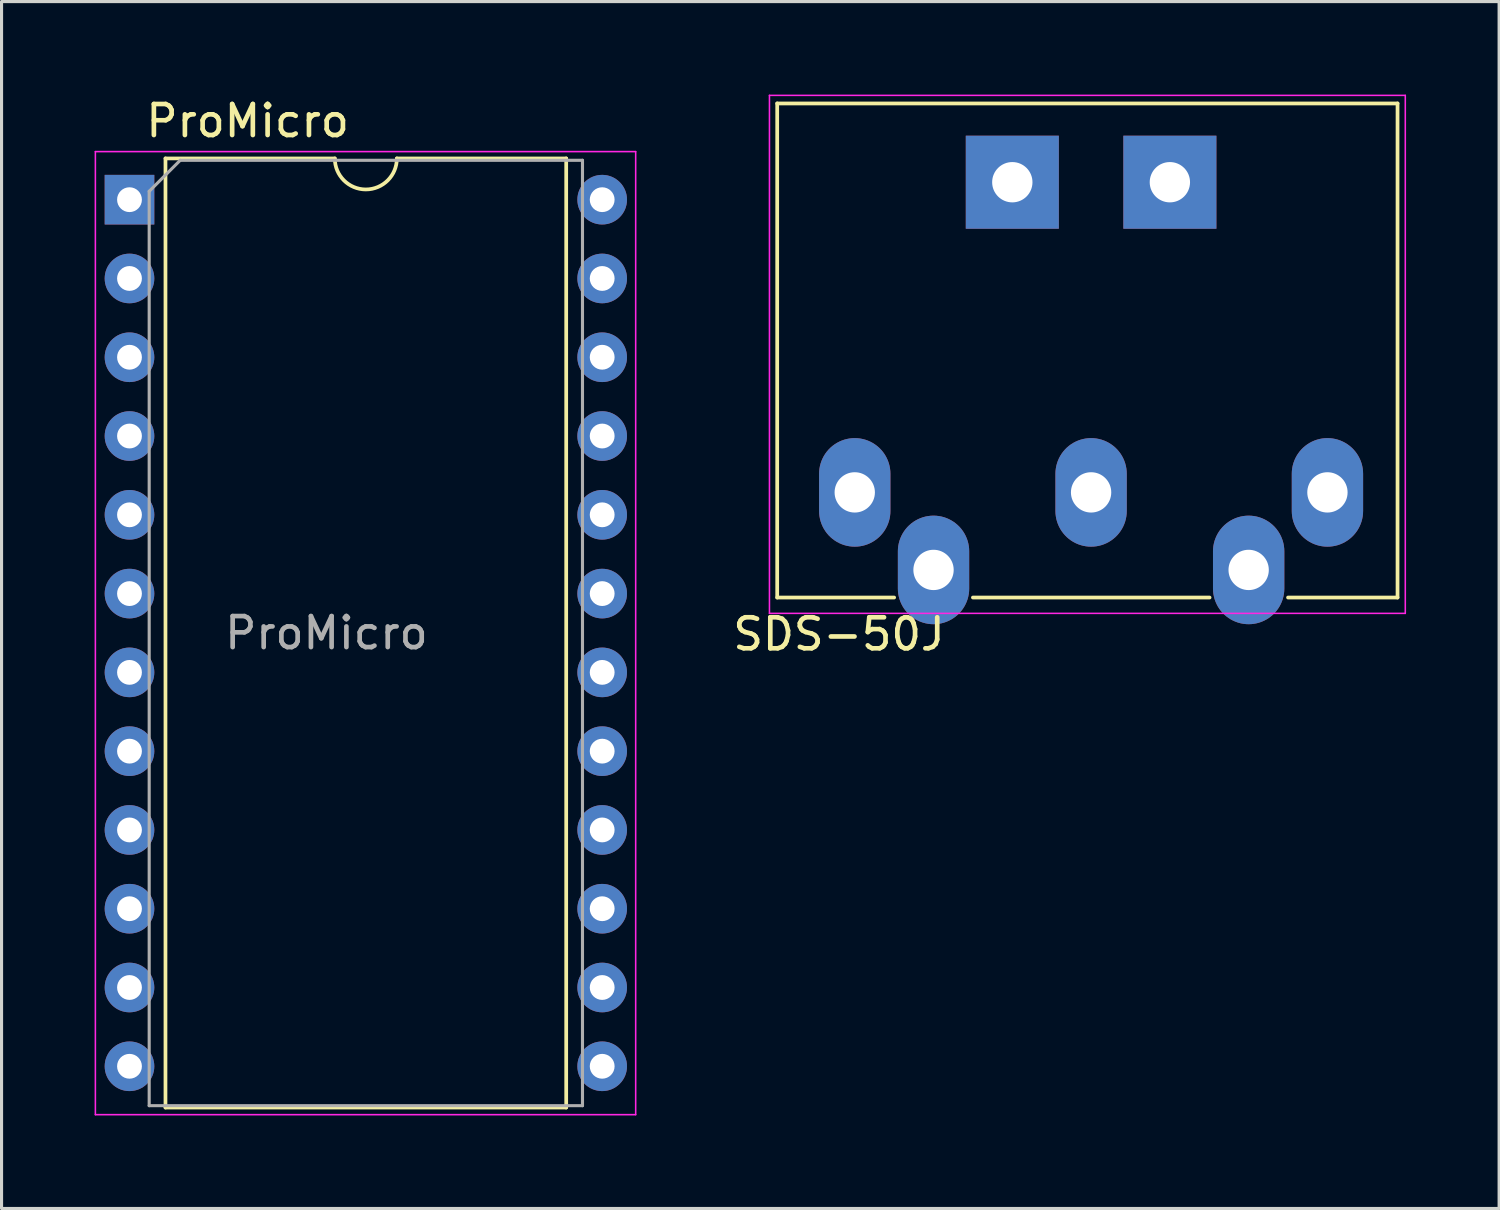
<source format=kicad_pcb>
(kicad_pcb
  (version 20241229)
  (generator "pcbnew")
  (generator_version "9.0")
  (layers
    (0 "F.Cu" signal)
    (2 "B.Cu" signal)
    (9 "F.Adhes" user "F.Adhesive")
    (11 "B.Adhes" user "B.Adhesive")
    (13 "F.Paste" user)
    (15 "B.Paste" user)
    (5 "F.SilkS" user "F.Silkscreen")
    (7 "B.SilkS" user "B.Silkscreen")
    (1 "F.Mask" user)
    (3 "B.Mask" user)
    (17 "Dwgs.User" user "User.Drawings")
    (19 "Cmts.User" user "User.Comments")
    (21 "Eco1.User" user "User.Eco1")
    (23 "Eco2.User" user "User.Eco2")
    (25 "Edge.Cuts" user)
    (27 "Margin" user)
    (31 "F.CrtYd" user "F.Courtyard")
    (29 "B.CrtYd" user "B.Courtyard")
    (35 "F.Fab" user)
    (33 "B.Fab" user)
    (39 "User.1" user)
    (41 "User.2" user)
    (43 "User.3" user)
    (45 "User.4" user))
  (footprint "ProMicro"
    (layer "F.Cu")
    (at 8.745 16.088)
    (property "Reference" "ProMicro" (at -3.81 -15.24 0) (layer "F.SilkS") (effects (font (size 1 1) (thickness 0.15))))
    (attr through_hole)
    (fp_line (start -6.46 -14.03) (end -6.46 16.57) (stroke (width 0.12) (type solid)) (layer "F.SilkS"))
    (fp_line (start -6.46 16.57) (end 6.46 16.57) (stroke (width 0.12) (type solid)) (layer "F.SilkS"))
    (fp_line (start -1 -14.03) (end -6.46 -14.03) (stroke (width 0.12) (type solid)) (layer "F.SilkS"))
    (fp_line (start 6.46 -14.03) (end 1 -14.03) (stroke (width 0.12) (type solid)) (layer "F.SilkS"))
    (fp_line (start 6.46 16.57) (end 6.46 -14.03) (stroke (width 0.12) (type solid)) (layer "F.SilkS"))
    (fp_arc (start 1 -14.03) (mid 0 -13.03) (end -1 -14.03) (stroke (width 0.12) (type solid)) (layer "F.SilkS"))
    (fp_line (start -8.72 -14.25) (end -8.72 16.8) (stroke (width 0.05) (type solid)) (layer "F.CrtYd"))
    (fp_line (start -8.72 16.8) (end 8.7 16.8) (stroke (width 0.05) (type solid)) (layer "F.CrtYd"))
    (fp_line (start 8.7 -14.25) (end -8.72 -14.25) (stroke (width 0.05) (type solid)) (layer "F.CrtYd"))
    (fp_line (start 8.7 16.8) (end 8.7 -14.25) (stroke (width 0.05) (type solid)) (layer "F.CrtYd"))
    (fp_line (start -6.985 -12.97) (end -5.985 -13.97) (stroke (width 0.1) (type solid)) (layer "F.Fab"))
    (fp_line (start -6.985 16.51) (end -6.985 -12.97) (stroke (width 0.1) (type solid)) (layer "F.Fab"))
    (fp_line (start -5.985 -13.97) (end 6.985 -13.97) (stroke (width 0.1) (type solid)) (layer "F.Fab"))
    (fp_line (start 6.985 -13.97) (end 6.985 16.51) (stroke (width 0.1) (type solid)) (layer "F.Fab"))
    (fp_line (start 6.985 16.51) (end -6.985 16.51) (stroke (width 0.1) (type solid)) (layer "F.Fab"))
    (fp_text user "${REFERENCE}" (at -1.27 1.27 0) (layer "F.Fab") (effects (font (size 1 1) (thickness 0.15))))
    (pad "1" thru_hole rect (at -7.62 -12.7) (size 1.6 1.6) (drill 0.8) (layers "*.Cu" "*.Mask"))
    (pad "2" thru_hole circle (at -7.62 -10.16) (size 1.6 1.6) (drill 0.8) (layers "*.Cu" "*.Mask"))
    (pad "3" thru_hole circle (at -7.62 -7.62) (size 1.6 1.6) (drill 0.8) (layers "*.Cu" "*.Mask"))
    (pad "4" thru_hole circle (at -7.62 -5.08) (size 1.6 1.6) (drill 0.8) (layers "*.Cu" "*.Mask"))
    (pad "5" thru_hole circle (at -7.62 -2.54) (size 1.6 1.6) (drill 0.8) (layers "*.Cu" "*.Mask"))
    (pad "6" thru_hole circle (at -7.62 0) (size 1.6 1.6) (drill 0.8) (layers "*.Cu" "*.Mask"))
    (pad "7" thru_hole circle (at -7.62 2.54) (size 1.6 1.6) (drill 0.8) (layers "*.Cu" "*.Mask"))
    (pad "8" thru_hole circle (at -7.62 5.08) (size 1.6 1.6) (drill 0.8) (layers "*.Cu" "*.Mask"))
    (pad "9" thru_hole circle (at -7.62 7.62) (size 1.6 1.6) (drill 0.8) (layers "*.Cu" "*.Mask"))
    (pad "10" thru_hole circle (at -7.62 10.16) (size 1.6 1.6) (drill 0.8) (layers "*.Cu" "*.Mask"))
    (pad "11" thru_hole circle (at -7.62 12.7) (size 1.6 1.6) (drill 0.8) (layers "*.Cu" "*.Mask"))
    (pad "12" thru_hole circle (at -7.62 15.24) (size 1.6 1.6) (drill 0.8) (layers "*.Cu" "*.Mask"))
    (pad "13" thru_hole circle (at 7.62 15.24) (size 1.6 1.6) (drill 0.8) (layers "*.Cu" "*.Mask"))
    (pad "14" thru_hole circle (at 7.62 12.7) (size 1.6 1.6) (drill 0.8) (layers "*.Cu" "*.Mask"))
    (pad "15" thru_hole circle (at 7.62 10.16) (size 1.6 1.6) (drill 0.8) (layers "*.Cu" "*.Mask"))
    (pad "16" thru_hole circle (at 7.62 7.62) (size 1.6 1.6) (drill 0.8) (layers "*.Cu" "*.Mask"))
    (pad "17" thru_hole circle (at 7.62 5.08) (size 1.6 1.6) (drill 0.8) (layers "*.Cu" "*.Mask"))
    (pad "18" thru_hole circle (at 7.62 2.54) (size 1.6 1.6) (drill 0.8) (layers "*.Cu" "*.Mask"))
    (pad "19" thru_hole circle (at 7.62 0) (size 1.6 1.6) (drill 0.8) (layers "*.Cu" "*.Mask"))
    (pad "20" thru_hole circle (at 7.62 -2.54) (size 1.6 1.6) (drill 0.8) (layers "*.Cu" "*.Mask"))
    (pad "21" thru_hole circle (at 7.62 -5.08) (size 1.6 1.6) (drill 0.8) (layers "*.Cu" "*.Mask"))
    (pad "22" thru_hole circle (at 7.62 -7.62) (size 1.6 1.6) (drill 0.8) (layers "*.Cu" "*.Mask"))
    (pad "23" thru_hole circle (at 7.62 -10.16) (size 1.6 1.6) (drill 0.8) (layers "*.Cu" "*.Mask"))
    (pad "24" thru_hole circle (at 7.62 -12.7) (size 1.6 1.6) (drill 0.8) (layers "*.Cu" "*.Mask")))
  (footprint "SDS-50J"
    (layer "F.Cu")
    (at 24.508 12.825)
    (property "Reference" "SDS-50J" (at -0.508 4.572 0) (layer "F.SilkS") (effects (font (size 1 1) (thickness 0.15))))
    (attr through_hole)
    (fp_line (start -2.5 3.39) (end -2.5 -12.54) (stroke (width 0.12) (type solid)) (layer "F.SilkS"))
    (fp_line (start 1.27 3.39) (end -2.5 3.39) (stroke (width 0.12) (type solid)) (layer "F.SilkS"))
    (fp_line (start 11.44 3.39) (end 3.81 3.39) (stroke (width 0.12) (type solid)) (layer "F.SilkS"))
    (fp_line (start 17.5 -12.54) (end -2.5 -12.54) (stroke (width 0.12) (type solid)) (layer "F.SilkS"))
    (fp_line (start 17.5 3.39) (end 13.97 3.39) (stroke (width 0.12) (type solid)) (layer "F.SilkS"))
    (fp_line (start 17.5 3.39) (end 17.5 -12.54) (stroke (width 0.12) (type solid)) (layer "F.SilkS"))
    (fp_line (start -2.75 -12.8) (end -2.75 3.9) (stroke (width 0.05) (type solid)) (layer "F.CrtYd"))
    (fp_line (start 17.75 -12.8) (end -2.75 -12.8) (stroke (width 0.05) (type solid)) (layer "F.CrtYd"))
    (fp_line (start 17.75 3.9) (end -2.75 3.9) (stroke (width 0.05) (type solid)) (layer "F.CrtYd"))
    (fp_line (start 17.75 3.9) (end 17.75 -12.8) (stroke (width 0.05) (type solid)) (layer "F.CrtYd"))
    (pad "" thru_hole rect (at 5.08 -10) (size 3 3) (drill 1.3) (layers "*.Cu" "*.Mask"))
    (pad "" thru_hole rect (at 10.16 -10) (size 3 3) (drill 1.3) (layers "*.Cu" "*.Mask"))
    (pad "1" thru_hole oval (at 0 0) (size 2.3 3.5) (drill 1.3) (layers "*.Cu" "*.Mask"))
    (pad "2" thru_hole oval (at 7.62 0) (size 2.3 3.5) (drill 1.3) (layers "*.Cu" "*.Mask"))
    (pad "3" thru_hole oval (at 15.24 0) (size 2.3 3.5) (drill 1.3) (layers "*.Cu" "*.Mask"))
    (pad "4" thru_hole oval (at 2.54 2.5) (size 2.3 3.5) (drill 1.3) (layers "*.Cu" "*.Mask"))
    (pad "5" thru_hole oval (at 12.7 2.5) (size 2.3 3.5) (drill 1.3) (layers "*.Cu" "*.Mask")))
  (gr_rect
    (start -3 -3)
    (end 45.283 35.913)
    (stroke (width 0.1) (type default))
    (fill no)
    (layer "Edge.Cuts")))
</source>
